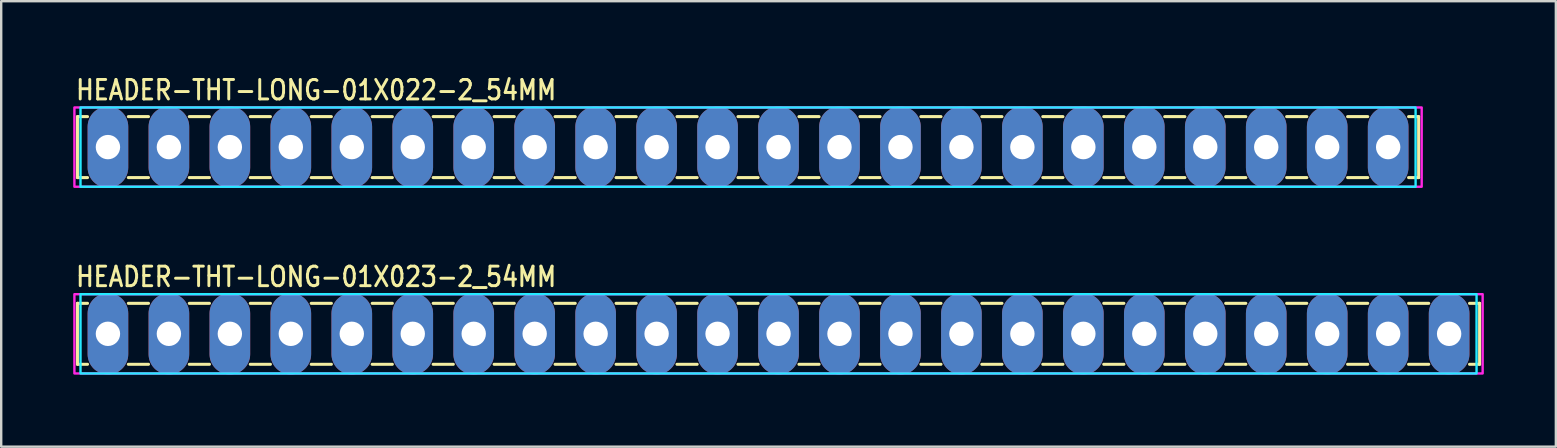
<source format=kicad_pcb>
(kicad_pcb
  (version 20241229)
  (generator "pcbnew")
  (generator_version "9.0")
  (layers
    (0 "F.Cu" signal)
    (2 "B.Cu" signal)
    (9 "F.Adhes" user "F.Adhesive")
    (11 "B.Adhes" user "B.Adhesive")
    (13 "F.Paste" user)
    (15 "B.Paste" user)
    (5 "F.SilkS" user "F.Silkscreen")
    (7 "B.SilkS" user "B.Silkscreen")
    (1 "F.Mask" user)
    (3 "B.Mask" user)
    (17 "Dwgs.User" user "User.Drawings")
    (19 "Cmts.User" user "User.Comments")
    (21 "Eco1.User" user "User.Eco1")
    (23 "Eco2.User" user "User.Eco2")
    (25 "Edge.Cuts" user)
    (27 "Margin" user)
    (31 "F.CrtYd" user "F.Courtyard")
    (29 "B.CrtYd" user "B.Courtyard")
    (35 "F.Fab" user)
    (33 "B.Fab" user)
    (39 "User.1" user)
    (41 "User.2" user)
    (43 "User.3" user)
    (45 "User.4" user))
  (footprint "HEADER-THT-LONG-01X022-2_54MM"
    (layer "F.Cu")
    (at 1.447 3.079)
    (property "Reference" "HEADER-THT-LONG-01X022-2_54MM" (at -1.4 -1.9 0) (unlocked yes) (layer "F.SilkS") (effects (font (size 0.813 0.695) (thickness 0.122)) (justify left bottom)))
    (fp_line (start -1.27 -1.27) (end -1.27 1.27) (stroke (width 0.127) (type solid)) (layer "F.SilkS"))
    (fp_line (start -1.27 1.27) (end -0.85 1.27) (stroke (width 0.127) (type solid)) (layer "F.SilkS"))
    (fp_line (start -0.85 -1.27) (end -1.27 -1.27) (stroke (width 0.127) (type solid)) (layer "F.SilkS"))
    (fp_line (start 0.85 -1.27) (end 1.69 -1.27) (stroke (width 0.127) (type solid)) (layer "F.SilkS"))
    (fp_line (start 0.85 1.27) (end 1.69 1.27) (stroke (width 0.127) (type solid)) (layer "F.SilkS"))
    (fp_line (start 3.39 -1.27) (end 4.23 -1.27) (stroke (width 0.127) (type solid)) (layer "F.SilkS"))
    (fp_line (start 3.39 1.27) (end 4.23 1.27) (stroke (width 0.127) (type solid)) (layer "F.SilkS"))
    (fp_line (start 5.93 -1.27) (end 6.77 -1.27) (stroke (width 0.127) (type solid)) (layer "F.SilkS"))
    (fp_line (start 5.93 1.27) (end 6.77 1.27) (stroke (width 0.127) (type solid)) (layer "F.SilkS"))
    (fp_line (start 8.47 -1.27) (end 9.31 -1.27) (stroke (width 0.127) (type solid)) (layer "F.SilkS"))
    (fp_line (start 8.47 1.27) (end 9.31 1.27) (stroke (width 0.127) (type solid)) (layer "F.SilkS"))
    (fp_line (start 11.01 -1.27) (end 11.85 -1.27) (stroke (width 0.127) (type solid)) (layer "F.SilkS"))
    (fp_line (start 11.01 1.27) (end 11.85 1.27) (stroke (width 0.127) (type solid)) (layer "F.SilkS"))
    (fp_line (start 13.55 -1.27) (end 14.39 -1.27) (stroke (width 0.127) (type solid)) (layer "F.SilkS"))
    (fp_line (start 13.55 1.27) (end 14.39 1.27) (stroke (width 0.127) (type solid)) (layer "F.SilkS"))
    (fp_line (start 16.09 -1.27) (end 16.93 -1.27) (stroke (width 0.127) (type solid)) (layer "F.SilkS"))
    (fp_line (start 16.09 1.27) (end 16.93 1.27) (stroke (width 0.127) (type solid)) (layer "F.SilkS"))
    (fp_line (start 18.63 -1.27) (end 19.47 -1.27) (stroke (width 0.127) (type solid)) (layer "F.SilkS"))
    (fp_line (start 18.63 1.27) (end 19.47 1.27) (stroke (width 0.127) (type solid)) (layer "F.SilkS"))
    (fp_line (start 21.17 -1.27) (end 22.01 -1.27) (stroke (width 0.127) (type solid)) (layer "F.SilkS"))
    (fp_line (start 21.17 1.27) (end 22.01 1.27) (stroke (width 0.127) (type solid)) (layer "F.SilkS"))
    (fp_line (start 23.71 -1.27) (end 24.55 -1.27) (stroke (width 0.127) (type solid)) (layer "F.SilkS"))
    (fp_line (start 23.71 1.27) (end 24.55 1.27) (stroke (width 0.127) (type solid)) (layer "F.SilkS"))
    (fp_line (start 26.25 -1.27) (end 27.09 -1.27) (stroke (width 0.127) (type solid)) (layer "F.SilkS"))
    (fp_line (start 26.25 1.27) (end 27.09 1.27) (stroke (width 0.127) (type solid)) (layer "F.SilkS"))
    (fp_line (start 28.79 -1.27) (end 29.63 -1.27) (stroke (width 0.127) (type solid)) (layer "F.SilkS"))
    (fp_line (start 28.79 1.27) (end 29.63 1.27) (stroke (width 0.127) (type solid)) (layer "F.SilkS"))
    (fp_line (start 31.33 -1.27) (end 32.17 -1.27) (stroke (width 0.127) (type solid)) (layer "F.SilkS"))
    (fp_line (start 31.33 1.27) (end 32.17 1.27) (stroke (width 0.127) (type solid)) (layer "F.SilkS"))
    (fp_line (start 33.87 -1.27) (end 34.71 -1.27) (stroke (width 0.127) (type solid)) (layer "F.SilkS"))
    (fp_line (start 33.87 1.27) (end 34.71 1.27) (stroke (width 0.127) (type solid)) (layer "F.SilkS"))
    (fp_line (start 36.41 -1.27) (end 37.25 -1.27) (stroke (width 0.127) (type solid)) (layer "F.SilkS"))
    (fp_line (start 36.41 1.27) (end 37.25 1.27) (stroke (width 0.127) (type solid)) (layer "F.SilkS"))
    (fp_line (start 38.95 -1.27) (end 39.79 -1.27) (stroke (width 0.127) (type solid)) (layer "F.SilkS"))
    (fp_line (start 38.95 1.27) (end 39.79 1.27) (stroke (width 0.127) (type solid)) (layer "F.SilkS"))
    (fp_line (start 41.49 -1.27) (end 42.33 -1.27) (stroke (width 0.127) (type solid)) (layer "F.SilkS"))
    (fp_line (start 41.49 1.27) (end 42.33 1.27) (stroke (width 0.127) (type solid)) (layer "F.SilkS"))
    (fp_line (start 44.03 -1.27) (end 44.87 -1.27) (stroke (width 0.127) (type solid)) (layer "F.SilkS"))
    (fp_line (start 44.03 1.27) (end 44.87 1.27) (stroke (width 0.127) (type solid)) (layer "F.SilkS"))
    (fp_line (start 46.57 -1.27) (end 47.41 -1.27) (stroke (width 0.127) (type solid)) (layer "F.SilkS"))
    (fp_line (start 46.57 1.27) (end 47.41 1.27) (stroke (width 0.127) (type solid)) (layer "F.SilkS"))
    (fp_line (start 49.11 -1.27) (end 49.95 -1.27) (stroke (width 0.127) (type solid)) (layer "F.SilkS"))
    (fp_line (start 49.11 1.27) (end 49.95 1.27) (stroke (width 0.127) (type solid)) (layer "F.SilkS"))
    (fp_line (start 51.65 -1.27) (end 52.49 -1.27) (stroke (width 0.127) (type solid)) (layer "F.SilkS"))
    (fp_line (start 51.65 1.27) (end 52.49 1.27) (stroke (width 0.127) (type solid)) (layer "F.SilkS"))
    (fp_line (start 54.19 -1.27) (end 54.61 -1.27) (stroke (width 0.127) (type solid)) (layer "F.SilkS"))
    (fp_line (start 54.61 -1.27) (end 54.61 1.27) (stroke (width 0.127) (type solid)) (layer "F.SilkS"))
    (fp_line (start 54.61 1.27) (end 54.19 1.27) (stroke (width 0.127) (type solid)) (layer "F.SilkS"))
    (fp_poly (pts (xy -1.143 -1.651) (xy 54.483 -1.651) (xy 54.483 1.651) (xy -1.143 1.651)) (stroke (width 0.1) (type solid)) (fill no) (layer "B.CrtYd"))
    (fp_poly (pts (xy -1.397 -1.651) (xy 54.737 -1.651) (xy 54.737 1.651) (xy -1.397 1.651)) (stroke (width 0.1) (type solid)) (fill no) (layer "F.CrtYd"))
    (pad "1" thru_hole oval (at 0 0 90) (size 3.387 1.693) (drill 1.016) (layers "*.Cu" "*.Mask"))
    (pad "2" thru_hole oval (at 2.54 0 90) (size 3.387 1.693) (drill 1.016) (layers "*.Cu" "*.Mask"))
    (pad "3" thru_hole oval (at 5.08 0 90) (size 3.387 1.693) (drill 1.016) (layers "*.Cu" "*.Mask"))
    (pad "4" thru_hole oval (at 7.62 0 90) (size 3.387 1.693) (drill 1.016) (layers "*.Cu" "*.Mask"))
    (pad "5" thru_hole oval (at 10.16 0 90) (size 3.387 1.693) (drill 1.016) (layers "*.Cu" "*.Mask"))
    (pad "6" thru_hole oval (at 12.7 0 90) (size 3.387 1.693) (drill 1.016) (layers "*.Cu" "*.Mask"))
    (pad "7" thru_hole oval (at 15.24 0 90) (size 3.387 1.693) (drill 1.016) (layers "*.Cu" "*.Mask"))
    (pad "8" thru_hole oval (at 17.78 0 90) (size 3.387 1.693) (drill 1.016) (layers "*.Cu" "*.Mask"))
    (pad "9" thru_hole oval (at 20.32 0 90) (size 3.387 1.693) (drill 1.016) (layers "*.Cu" "*.Mask"))
    (pad "10" thru_hole oval (at 22.86 0 90) (size 3.387 1.693) (drill 1.016) (layers "*.Cu" "*.Mask"))
    (pad "11" thru_hole oval (at 25.4 0 90) (size 3.387 1.693) (drill 1.016) (layers "*.Cu" "*.Mask"))
    (pad "12" thru_hole oval (at 27.94 0 90) (size 3.387 1.693) (drill 1.016) (layers "*.Cu" "*.Mask"))
    (pad "13" thru_hole oval (at 30.48 0 90) (size 3.387 1.693) (drill 1.016) (layers "*.Cu" "*.Mask"))
    (pad "14" thru_hole oval (at 33.02 0 90) (size 3.387 1.693) (drill 1.016) (layers "*.Cu" "*.Mask"))
    (pad "15" thru_hole oval (at 35.56 0 90) (size 3.387 1.693) (drill 1.016) (layers "*.Cu" "*.Mask"))
    (pad "16" thru_hole oval (at 38.1 0 90) (size 3.387 1.693) (drill 1.016) (layers "*.Cu" "*.Mask"))
    (pad "17" thru_hole oval (at 40.64 0 90) (size 3.387 1.693) (drill 1.016) (layers "*.Cu" "*.Mask"))
    (pad "18" thru_hole oval (at 43.18 0 90) (size 3.387 1.693) (drill 1.016) (layers "*.Cu" "*.Mask"))
    (pad "19" thru_hole oval (at 45.72 0 90) (size 3.387 1.693) (drill 1.016) (layers "*.Cu" "*.Mask"))
    (pad "20" thru_hole oval (at 48.26 0 90) (size 3.387 1.693) (drill 1.016) (layers "*.Cu" "*.Mask"))
    (pad "21" thru_hole oval (at 50.8 0 90) (size 3.387 1.693) (drill 1.016) (layers "*.Cu" "*.Mask"))
    (pad "22" thru_hole oval (at 53.34 0 90) (size 3.387 1.693) (drill 1.016) (layers "*.Cu" "*.Mask")))
  (footprint "HEADER-THT-LONG-01X023-2_54MM"
    (layer "F.Cu")
    (at 1.447 10.858)
    (property "Reference" "HEADER-THT-LONG-01X023-2_54MM" (at -1.4 -1.9 0) (unlocked yes) (layer "F.SilkS") (effects (font (size 0.813 0.695) (thickness 0.122)) (justify left bottom)))
    (fp_line (start -1.27 -1.27) (end -1.27 1.27) (stroke (width 0.127) (type solid)) (layer "F.SilkS"))
    (fp_line (start -1.27 1.27) (end -0.85 1.27) (stroke (width 0.127) (type solid)) (layer "F.SilkS"))
    (fp_line (start -0.85 -1.27) (end -1.27 -1.27) (stroke (width 0.127) (type solid)) (layer "F.SilkS"))
    (fp_line (start 0.85 -1.27) (end 1.69 -1.27) (stroke (width 0.127) (type solid)) (layer "F.SilkS"))
    (fp_line (start 0.85 1.27) (end 1.69 1.27) (stroke (width 0.127) (type solid)) (layer "F.SilkS"))
    (fp_line (start 3.39 -1.27) (end 4.23 -1.27) (stroke (width 0.127) (type solid)) (layer "F.SilkS"))
    (fp_line (start 3.39 1.27) (end 4.23 1.27) (stroke (width 0.127) (type solid)) (layer "F.SilkS"))
    (fp_line (start 5.93 -1.27) (end 6.77 -1.27) (stroke (width 0.127) (type solid)) (layer "F.SilkS"))
    (fp_line (start 5.93 1.27) (end 6.77 1.27) (stroke (width 0.127) (type solid)) (layer "F.SilkS"))
    (fp_line (start 8.47 -1.27) (end 9.31 -1.27) (stroke (width 0.127) (type solid)) (layer "F.SilkS"))
    (fp_line (start 8.47 1.27) (end 9.31 1.27) (stroke (width 0.127) (type solid)) (layer "F.SilkS"))
    (fp_line (start 11.01 -1.27) (end 11.85 -1.27) (stroke (width 0.127) (type solid)) (layer "F.SilkS"))
    (fp_line (start 11.01 1.27) (end 11.85 1.27) (stroke (width 0.127) (type solid)) (layer "F.SilkS"))
    (fp_line (start 13.55 -1.27) (end 14.39 -1.27) (stroke (width 0.127) (type solid)) (layer "F.SilkS"))
    (fp_line (start 13.55 1.27) (end 14.39 1.27) (stroke (width 0.127) (type solid)) (layer "F.SilkS"))
    (fp_line (start 16.09 -1.27) (end 16.93 -1.27) (stroke (width 0.127) (type solid)) (layer "F.SilkS"))
    (fp_line (start 16.09 1.27) (end 16.93 1.27) (stroke (width 0.127) (type solid)) (layer "F.SilkS"))
    (fp_line (start 18.63 -1.27) (end 19.47 -1.27) (stroke (width 0.127) (type solid)) (layer "F.SilkS"))
    (fp_line (start 18.63 1.27) (end 19.47 1.27) (stroke (width 0.127) (type solid)) (layer "F.SilkS"))
    (fp_line (start 21.17 -1.27) (end 22.01 -1.27) (stroke (width 0.127) (type solid)) (layer "F.SilkS"))
    (fp_line (start 21.17 1.27) (end 22.01 1.27) (stroke (width 0.127) (type solid)) (layer "F.SilkS"))
    (fp_line (start 23.71 -1.27) (end 24.55 -1.27) (stroke (width 0.127) (type solid)) (layer "F.SilkS"))
    (fp_line (start 23.71 1.27) (end 24.55 1.27) (stroke (width 0.127) (type solid)) (layer "F.SilkS"))
    (fp_line (start 26.25 -1.27) (end 27.09 -1.27) (stroke (width 0.127) (type solid)) (layer "F.SilkS"))
    (fp_line (start 26.25 1.27) (end 27.09 1.27) (stroke (width 0.127) (type solid)) (layer "F.SilkS"))
    (fp_line (start 28.79 -1.27) (end 29.63 -1.27) (stroke (width 0.127) (type solid)) (layer "F.SilkS"))
    (fp_line (start 28.79 1.27) (end 29.63 1.27) (stroke (width 0.127) (type solid)) (layer "F.SilkS"))
    (fp_line (start 31.33 -1.27) (end 32.17 -1.27) (stroke (width 0.127) (type solid)) (layer "F.SilkS"))
    (fp_line (start 31.33 1.27) (end 32.17 1.27) (stroke (width 0.127) (type solid)) (layer "F.SilkS"))
    (fp_line (start 33.87 -1.27) (end 34.71 -1.27) (stroke (width 0.127) (type solid)) (layer "F.SilkS"))
    (fp_line (start 33.87 1.27) (end 34.71 1.27) (stroke (width 0.127) (type solid)) (layer "F.SilkS"))
    (fp_line (start 36.41 -1.27) (end 37.25 -1.27) (stroke (width 0.127) (type solid)) (layer "F.SilkS"))
    (fp_line (start 36.41 1.27) (end 37.25 1.27) (stroke (width 0.127) (type solid)) (layer "F.SilkS"))
    (fp_line (start 38.95 -1.27) (end 39.79 -1.27) (stroke (width 0.127) (type solid)) (layer "F.SilkS"))
    (fp_line (start 38.95 1.27) (end 39.79 1.27) (stroke (width 0.127) (type solid)) (layer "F.SilkS"))
    (fp_line (start 41.49 -1.27) (end 42.33 -1.27) (stroke (width 0.127) (type solid)) (layer "F.SilkS"))
    (fp_line (start 41.49 1.27) (end 42.33 1.27) (stroke (width 0.127) (type solid)) (layer "F.SilkS"))
    (fp_line (start 44.03 -1.27) (end 44.87 -1.27) (stroke (width 0.127) (type solid)) (layer "F.SilkS"))
    (fp_line (start 44.03 1.27) (end 44.87 1.27) (stroke (width 0.127) (type solid)) (layer "F.SilkS"))
    (fp_line (start 46.57 -1.27) (end 47.41 -1.27) (stroke (width 0.127) (type solid)) (layer "F.SilkS"))
    (fp_line (start 46.57 1.27) (end 47.41 1.27) (stroke (width 0.127) (type solid)) (layer "F.SilkS"))
    (fp_line (start 49.11 -1.27) (end 49.95 -1.27) (stroke (width 0.127) (type solid)) (layer "F.SilkS"))
    (fp_line (start 49.11 1.27) (end 49.95 1.27) (stroke (width 0.127) (type solid)) (layer "F.SilkS"))
    (fp_line (start 51.65 -1.27) (end 52.49 -1.27) (stroke (width 0.127) (type solid)) (layer "F.SilkS"))
    (fp_line (start 51.65 1.27) (end 52.49 1.27) (stroke (width 0.127) (type solid)) (layer "F.SilkS"))
    (fp_line (start 54.19 -1.27) (end 55.03 -1.27) (stroke (width 0.127) (type solid)) (layer "F.SilkS"))
    (fp_line (start 54.19 1.27) (end 55.03 1.27) (stroke (width 0.127) (type solid)) (layer "F.SilkS"))
    (fp_line (start 56.73 -1.27) (end 57.15 -1.27) (stroke (width 0.127) (type solid)) (layer "F.SilkS"))
    (fp_line (start 57.15 -1.27) (end 57.15 1.27) (stroke (width 0.127) (type solid)) (layer "F.SilkS"))
    (fp_line (start 57.15 1.27) (end 56.73 1.27) (stroke (width 0.127) (type solid)) (layer "F.SilkS"))
    (fp_poly (pts (xy -1.143 -1.651) (xy 57.023 -1.651) (xy 57.023 1.651) (xy -1.143 1.651)) (stroke (width 0.1) (type solid)) (fill no) (layer "B.CrtYd"))
    (fp_poly (pts (xy -1.397 -1.651) (xy 57.277 -1.651) (xy 57.277 1.651) (xy -1.397 1.651)) (stroke (width 0.1) (type solid)) (fill no) (layer "F.CrtYd"))
    (pad "P$1" thru_hole oval (at 0 0 90) (size 3.387 1.693) (drill 1.016) (layers "*.Cu" "*.Mask"))
    (pad "P$2" thru_hole oval (at 2.54 0 90) (size 3.387 1.693) (drill 1.016) (layers "*.Cu" "*.Mask"))
    (pad "P$3" thru_hole oval (at 5.08 0 90) (size 3.387 1.693) (drill 1.016) (layers "*.Cu" "*.Mask"))
    (pad "P$4" thru_hole oval (at 7.62 0 90) (size 3.387 1.693) (drill 1.016) (layers "*.Cu" "*.Mask"))
    (pad "P$5" thru_hole oval (at 10.16 0 90) (size 3.387 1.693) (drill 1.016) (layers "*.Cu" "*.Mask"))
    (pad "P$6" thru_hole oval (at 12.7 0 90) (size 3.387 1.693) (drill 1.016) (layers "*.Cu" "*.Mask"))
    (pad "P$7" thru_hole oval (at 15.24 0 90) (size 3.387 1.693) (drill 1.016) (layers "*.Cu" "*.Mask"))
    (pad "P$8" thru_hole oval (at 17.78 0 90) (size 3.387 1.693) (drill 1.016) (layers "*.Cu" "*.Mask"))
    (pad "P$9" thru_hole oval (at 20.32 0 90) (size 3.387 1.693) (drill 1.016) (layers "*.Cu" "*.Mask"))
    (pad "P$10" thru_hole oval (at 22.86 0 90) (size 3.387 1.693) (drill 1.016) (layers "*.Cu" "*.Mask"))
    (pad "P$11" thru_hole oval (at 25.4 0 90) (size 3.387 1.693) (drill 1.016) (layers "*.Cu" "*.Mask"))
    (pad "P$12" thru_hole oval (at 27.94 0 90) (size 3.387 1.693) (drill 1.016) (layers "*.Cu" "*.Mask"))
    (pad "P$13" thru_hole oval (at 30.48 0 90) (size 3.387 1.693) (drill 1.016) (layers "*.Cu" "*.Mask"))
    (pad "P$14" thru_hole oval (at 33.02 0 90) (size 3.387 1.693) (drill 1.016) (layers "*.Cu" "*.Mask"))
    (pad "P$15" thru_hole oval (at 35.56 0 90) (size 3.387 1.693) (drill 1.016) (layers "*.Cu" "*.Mask"))
    (pad "P$16" thru_hole oval (at 38.1 0 90) (size 3.387 1.693) (drill 1.016) (layers "*.Cu" "*.Mask"))
    (pad "P$17" thru_hole oval (at 40.64 0 90) (size 3.387 1.693) (drill 1.016) (layers "*.Cu" "*.Mask"))
    (pad "P$18" thru_hole oval (at 43.18 0 90) (size 3.387 1.693) (drill 1.016) (layers "*.Cu" "*.Mask"))
    (pad "P$19" thru_hole oval (at 45.72 0 90) (size 3.387 1.693) (drill 1.016) (layers "*.Cu" "*.Mask"))
    (pad "P$20" thru_hole oval (at 48.26 0 90) (size 3.387 1.693) (drill 1.016) (layers "*.Cu" "*.Mask"))
    (pad "P$21" thru_hole oval (at 50.8 0 90) (size 3.387 1.693) (drill 1.016) (layers "*.Cu" "*.Mask"))
    (pad "P$22" thru_hole oval (at 53.34 0 90) (size 3.387 1.693) (drill 1.016) (layers "*.Cu" "*.Mask"))
    (pad "P$23" thru_hole oval (at 55.88 0 90) (size 3.387 1.693) (drill 1.016) (layers "*.Cu" "*.Mask")))
  (gr_rect
    (start -3 -3)
    (end 61.774 15.559)
    (stroke (width 0.1) (type default))
    (fill no)
    (layer "Edge.Cuts")))
</source>
